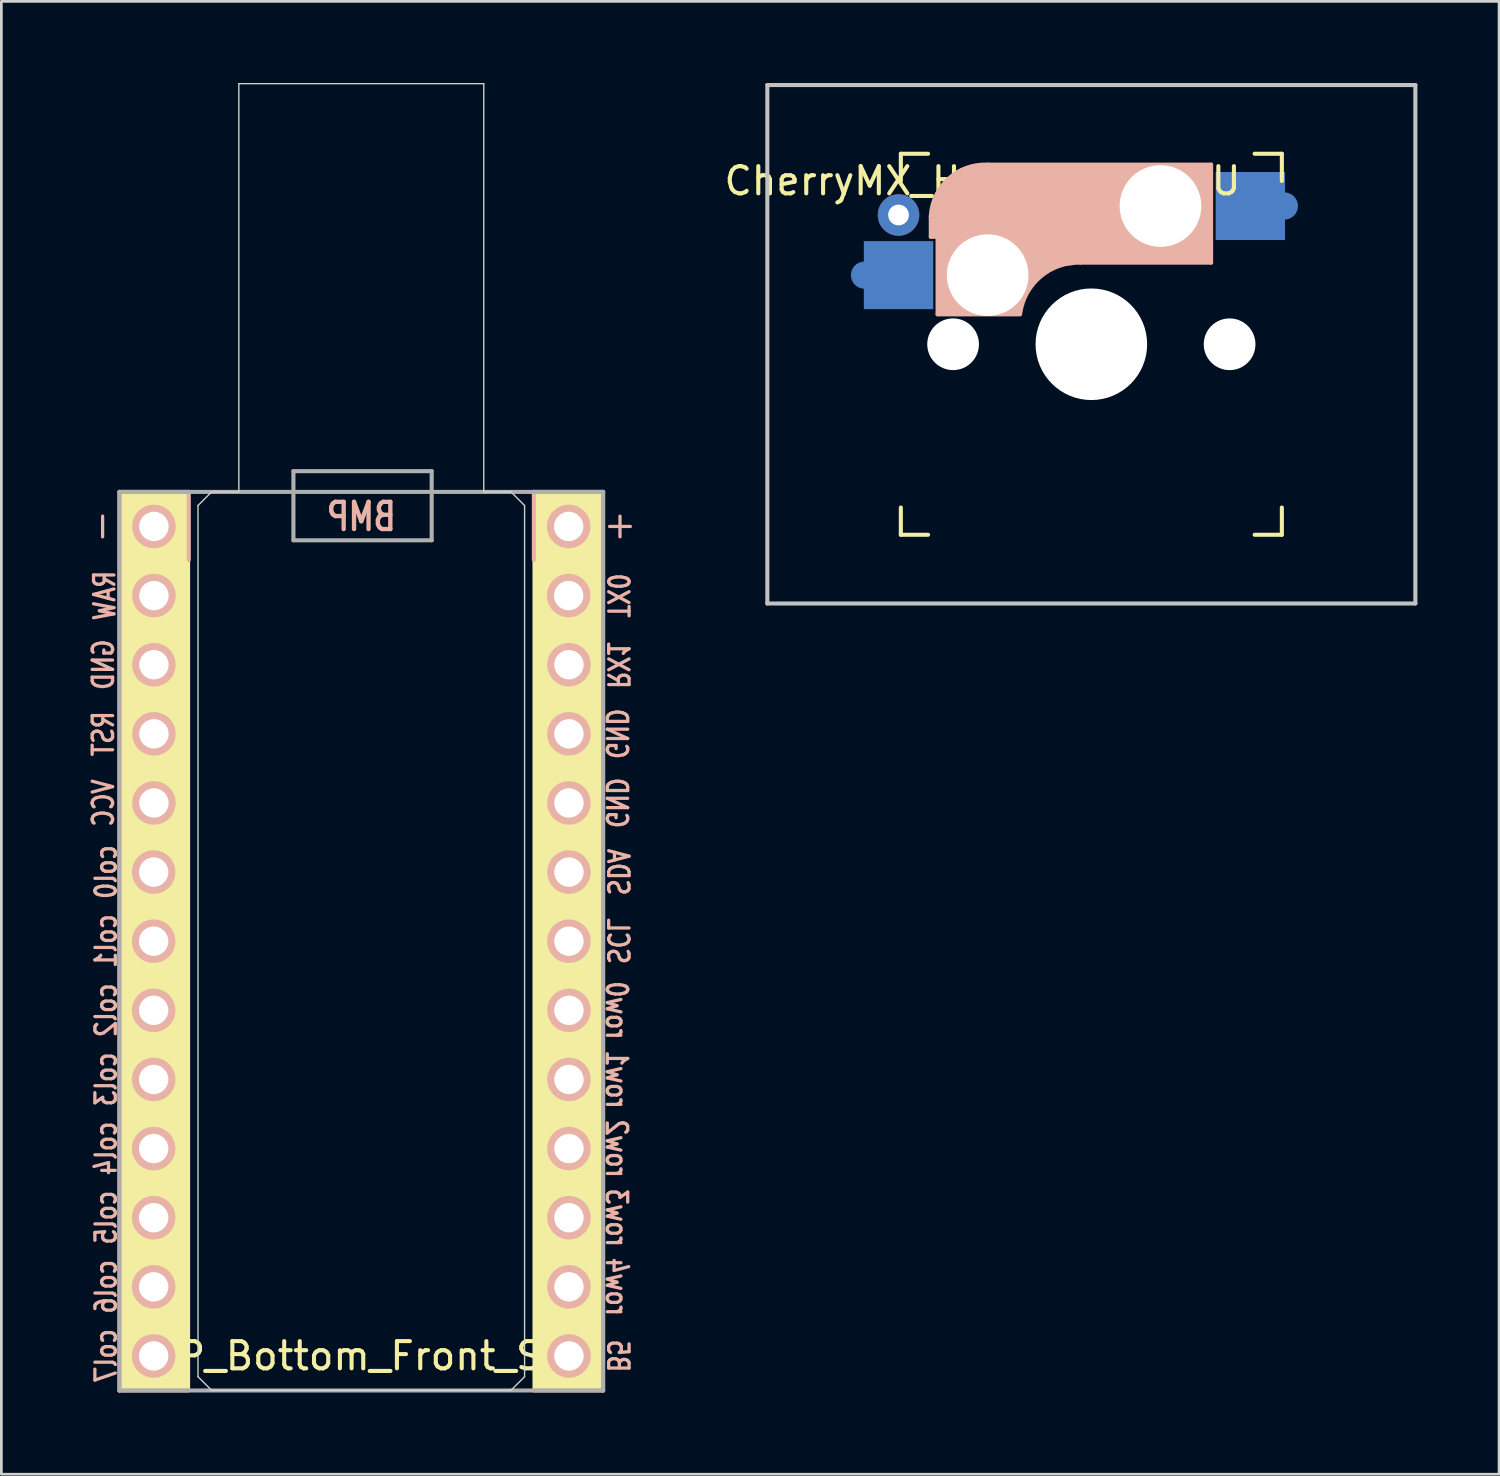
<source format=kicad_pcb>
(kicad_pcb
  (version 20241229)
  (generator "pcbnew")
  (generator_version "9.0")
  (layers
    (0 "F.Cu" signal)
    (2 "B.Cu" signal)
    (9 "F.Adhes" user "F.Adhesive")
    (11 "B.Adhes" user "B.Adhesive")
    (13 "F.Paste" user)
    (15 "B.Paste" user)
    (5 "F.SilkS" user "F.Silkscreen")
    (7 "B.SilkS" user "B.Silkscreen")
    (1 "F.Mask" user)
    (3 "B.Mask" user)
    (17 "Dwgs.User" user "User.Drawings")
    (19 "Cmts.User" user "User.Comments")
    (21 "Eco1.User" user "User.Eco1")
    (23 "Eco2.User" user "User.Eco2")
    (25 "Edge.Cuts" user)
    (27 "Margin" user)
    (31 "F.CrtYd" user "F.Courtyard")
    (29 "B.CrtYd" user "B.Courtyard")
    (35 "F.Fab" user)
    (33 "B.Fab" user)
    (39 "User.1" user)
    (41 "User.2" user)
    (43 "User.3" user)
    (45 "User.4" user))
  (footprint "CherryMX_Hotswap_1.25U"
    (layer "F.Cu")
    (at 37.052 9.6)
    (property "Reference" "CherryMX_Hotswap_1.25U" (at -4 -6 0) (layer "F.SilkS") (effects (font (size 1 1) (thickness 0.15))))
    (attr smd)
    (fp_line (start -7 -7) (end -6 -7) (stroke (width 0.15) (type solid)) (layer "F.SilkS"))
    (fp_line (start -7 -6) (end -7 -7) (stroke (width 0.15) (type solid)) (layer "F.SilkS"))
    (fp_line (start -7 6) (end -7 7) (stroke (width 0.15) (type solid)) (layer "F.SilkS"))
    (fp_line (start -7 7) (end -6 7) (stroke (width 0.15) (type solid)) (layer "F.SilkS"))
    (fp_line (start 6 7) (end 7 7) (stroke (width 0.15) (type solid)) (layer "F.SilkS"))
    (fp_line (start 7 -7) (end 6 -7) (stroke (width 0.15) (type solid)) (layer "F.SilkS"))
    (fp_line (start 7 -7) (end 7 -6) (stroke (width 0.15) (type solid)) (layer "F.SilkS"))
    (fp_line (start 7 7) (end 7 6) (stroke (width 0.15) (type solid)) (layer "F.SilkS"))
    (fp_line (start -5.9 -4.7) (end -5.9 -3.95) (stroke (width 0.15) (type solid)) (layer "B.SilkS"))
    (fp_line (start -5.9 -3.95) (end -5.7 -3.95) (stroke (width 0.15) (type solid)) (layer "B.SilkS"))
    (fp_line (start -5.8 -4.05) (end -5.8 -4.7) (stroke (width 0.3) (type solid)) (layer "B.SilkS"))
    (fp_line (start -5.65 -5.55) (end -5.65 -1.1) (stroke (width 0.15) (type solid)) (layer "B.SilkS"))
    (fp_line (start -5.65 -1.1) (end -2.62 -1.1) (stroke (width 0.15) (type solid)) (layer "B.SilkS"))
    (fp_line (start -5.45 -1.3) (end -3 -1.3) (stroke (width 0.5) (type solid)) (layer "B.SilkS"))
    (fp_line (start -5.3 -1.6) (end -5.3 -3.4) (stroke (width 0.8) (type solid)) (layer "B.SilkS"))
    (fp_line (start -4.17 -5.1) (end -4.17 -2.86) (stroke (width 3) (type solid)) (layer "B.SilkS"))
    (fp_line (start -0.4 -3) (end 4.4 -3) (stroke (width 0.15) (type solid)) (layer "B.SilkS"))
    (fp_line (start 2.6 -4.8) (end -4.1 -4.8) (stroke (width 3.5) (type solid)) (layer "B.SilkS"))
    (fp_line (start 3.9 -6) (end 3.9 -3.5) (stroke (width 1) (type solid)) (layer "B.SilkS"))
    (fp_line (start 4.2 -3.25) (end 2.9 -3.3) (stroke (width 0.5) (type solid)) (layer "B.SilkS"))
    (fp_line (start 4.25 -6.4) (end 3 -6.4) (stroke (width 0.4) (type solid)) (layer "B.SilkS"))
    (fp_line (start 4.38 -4) (end 4.38 -6.25) (stroke (width 0.15) (type solid)) (layer "B.SilkS"))
    (fp_line (start 4.4 -6.6) (end -3.8 -6.6) (stroke (width 0.15) (type solid)) (layer "B.SilkS"))
    (fp_line (start 4.4 -3) (end 4.4 -6.6) (stroke (width 0.15) (type solid)) (layer "B.SilkS"))
    (fp_arc (start -5.9 -4.699999) (mid -5.243504 -6.084924) (end -3.800001 -6.6) (stroke (width 0.15) (type solid)) (layer "B.SilkS"))
    (fp_arc (start -2.99603 -1.549409) (mid -2.241598 -2.895205) (end -0.783682 -3.4) (stroke (width 1) (type solid)) (layer "B.SilkS"))
    (fp_arc (start -2.616318 -1.121471) (mid -1.868709 -2.486118) (end -0.4 -3) (stroke (width 0.15) (type solid)) (layer "B.SilkS"))
    (fp_line (start -11.906 -9.525) (end 11.906 -9.525) (stroke (width 0.15) (type solid)) (layer "Dwgs.User"))
    (fp_line (start -11.906 9.525) (end -11.906 -9.525) (stroke (width 0.15) (type solid)) (layer "Dwgs.User"))
    (fp_line (start 11.906 -9.525) (end 11.906 9.525) (stroke (width 0.15) (type solid)) (layer "Dwgs.User"))
    (fp_line (start 11.906 9.525) (end -11.906 9.525) (stroke (width 0.15) (type solid)) (layer "Dwgs.User"))
    (fp_line (start -7 -7) (end 7 -7) (stroke (width 0.1) (type solid)) (layer "Eco1.User"))
    (fp_line (start -7 7) (end -7 -7) (stroke (width 0.1) (type solid)) (layer "Eco1.User"))
    (fp_line (start 7 -7) (end 7 7) (stroke (width 0.1) (type solid)) (layer "Eco1.User"))
    (fp_line (start 7 7) (end -7 7) (stroke (width 0.1) (type solid)) (layer "Eco1.User"))
    (fp_line (start 0 0) (end 0 5) (stroke (width 0.05) (type solid)) (layer "Eco2.User"))
    (fp_line (start 0 0) (end 8.26 0) (stroke (width 0.05) (type solid)) (layer "Eco2.User"))
    (pad "" np_thru_hole circle (at -5.08 0) (size 1.9 1.9) (drill 1.9) (layers "*.Cu" "*.Mask"))
    (pad "" np_thru_hole circle (at -3.81 -2.54) (size 3 3) (drill 3) (layers "*.Cu" "*.Mask"))
    (pad "" np_thru_hole circle (at 0 0 90) (size 4.1 4.1) (drill 4.1) (layers "*.Cu" "*.Mask"))
    (pad "" np_thru_hole circle (at 2.54 -5.08) (size 3 3) (drill 3) (layers "*.Cu" "*.Mask"))
    (pad "" np_thru_hole circle (at 5.08 0) (size 1.9 1.9) (drill 1.9) (layers "*.Cu" "*.Mask"))
    (pad "1" smd circle (at -8.335 -2.54 180) (size 1 1) (layers "B.Cu" "B.Mask" "B.Paste"))
    (pad "1" thru_hole circle (at -7.085 -4.75) (size 1.524 1.524) (drill 0.762) (layers "*.Cu" "*.Mask"))
    (pad "1" smd custom (at -7.085 -2.54 180) (size 2.55 2.5) (layers "B.Cu" "B.Mask" "B.Paste") (options (anchor rect)) (primitives))
    (pad "2" smd custom (at 5.842 -5.08) (size 2.55 2.5) (layers "B.Cu" "B.Mask" "B.Paste") (options (anchor rect)) (primitives))
    (pad "2" smd circle (at 7.092 -5.08) (size 1 1) (layers "B.Cu" "B.Mask" "B.Paste")))
  (footprint "BMP_Bottom_Front_Side"
    (layer "F.Cu")
    (at 10.226 31.535)
    (property "Reference" "BMP_Bottom_Front_Side" (at 0 15.24 0) (layer "F.SilkS") (effects (font (size 1 1) (thickness 0.15))))
    (attr through_hole)
    (fp_poly (pts (xy -6.34 16.47) (xy -8.88 16.47) (xy -8.88 -16.51) (xy -6.34 -16.51)) (stroke (width 0.1) (type solid)) (fill yes) (layer "F.SilkS"))
    (fp_poly (pts (xy 8.84 16.47) (xy 6.34 16.47) (xy 6.34 -16.51) (xy 8.84 -16.51)) (stroke (width 0.1) (type solid)) (fill yes) (layer "F.SilkS"))
    (fp_line (start -8.88 16.51) (end -8.88 -16.51) (stroke (width 0.15) (type solid)) (layer "B.SilkS"))
    (fp_line (start -8.88 16.51) (end -6.35 16.51) (stroke (width 0.15) (type solid)) (layer "B.SilkS"))
    (fp_line (start -6.35 -16.51) (end -8.88 -16.51) (stroke (width 0.15) (type solid)) (layer "B.SilkS"))
    (fp_line (start -6.34 -16.51) (end -6.34 -14.01) (stroke (width 0.15) (type solid)) (layer "B.SilkS"))
    (fp_line (start 6.34 -16.51) (end 6.34 -14.01) (stroke (width 0.15) (type solid)) (layer "B.SilkS"))
    (fp_line (start 6.35 16.51) (end 8.88 16.51) (stroke (width 0.15) (type solid)) (layer "B.SilkS"))
    (fp_line (start 8.88 -16.51) (end 6.34 -16.51) (stroke (width 0.15) (type solid)) (layer "B.SilkS"))
    (fp_line (start 8.88 -16.51) (end 8.88 16.51) (stroke (width 0.15) (type solid)) (layer "B.SilkS"))
    (fp_line (start -6 -16.01) (end -5.5 -16.51) (stroke (width 0.05) (type solid)) (layer "Edge.Cuts"))
    (fp_line (start -6 16.002) (end -6 -16.01) (stroke (width 0.05) (type solid)) (layer "Edge.Cuts"))
    (fp_line (start -6 16.002) (end -5.5 16.502) (stroke (width 0.05) (type solid)) (layer "Edge.Cuts"))
    (fp_line (start -4.5 -31.51) (end -4.5 -16.51) (stroke (width 0.05) (type solid)) (layer "Edge.Cuts"))
    (fp_line (start -4.5 -31.51) (end 4.5 -31.51) (stroke (width 0.05) (type solid)) (layer "Edge.Cuts"))
    (fp_line (start -4.5 -16.51) (end -5.5 -16.51) (stroke (width 0.05) (type solid)) (layer "Edge.Cuts"))
    (fp_line (start 4.5 -31.51) (end 4.5 -16.51) (stroke (width 0.05) (type solid)) (layer "Edge.Cuts"))
    (fp_line (start 4.5 -16.51) (end 5.5 -16.51) (stroke (width 0.05) (type solid)) (layer "Edge.Cuts"))
    (fp_line (start 5.5 -16.51) (end 6 -16.01) (stroke (width 0.05) (type solid)) (layer "Edge.Cuts"))
    (fp_line (start 5.5 16.502) (end -5.5 16.502) (stroke (width 0.05) (type solid)) (layer "Edge.Cuts"))
    (fp_line (start 6 -16.01) (end 6 16.002) (stroke (width 0.05) (type solid)) (layer "Edge.Cuts"))
    (fp_line (start 6 16.002) (end 5.5 16.502) (stroke (width 0.05) (type solid)) (layer "Edge.Cuts"))
    (fp_line (start -8.891 16.51) (end -8.891 -16.51) (stroke (width 0.15) (type solid)) (layer "F.Fab"))
    (fp_line (start -8.889 16.51) (end 8.891 16.51) (stroke (width 0.15) (type solid)) (layer "F.Fab"))
    (fp_line (start -2.494 -17.272) (end 2.586 -17.272) (stroke (width 0.15) (type solid)) (layer "F.Fab"))
    (fp_line (start -2.494 -14.732) (end -2.494 -17.272) (stroke (width 0.15) (type solid)) (layer "F.Fab"))
    (fp_line (start 2.586 -17.272) (end 2.586 -14.732) (stroke (width 0.15) (type solid)) (layer "F.Fab"))
    (fp_line (start 2.586 -14.732) (end -2.494 -14.732) (stroke (width 0.15) (type solid)) (layer "F.Fab"))
    (fp_line (start 8.889 -16.51) (end 8.889 16.51) (stroke (width 0.15) (type solid)) (layer "F.Fab"))
    (fp_line (start 8.891 -16.51) (end -8.889 -16.51) (stroke (width 0.15) (type solid)) (layer "F.Fab"))
    (fp_text user "row1" (at 9.38 5.08 270) (unlocked yes) (layer "B.SilkS") (effects (font (size 0.75 0.6) (thickness 0.12)) (justify mirror)))
    (fp_text user "row3" (at 9.38 10.16 270) (unlocked yes) (layer "B.SilkS") (effects (font (size 0.75 0.6) (thickness 0.12)) (justify mirror)))
    (fp_text user "col6" (at -9.38 12.7 90) (unlocked yes) (layer "B.SilkS") (effects (font (size 0.75 0.6) (thickness 0.12)) (justify mirror)))
    (fp_text user "GND" (at -9.48 -10.16 90) (unlocked yes) (layer "B.SilkS") (effects (font (size 0.75 0.6) (thickness 0.12)) (justify mirror)))
    (fp_text user "SCL" (at 9.43 0 270) (unlocked yes) (layer "B.SilkS") (effects (font (size 0.75 0.6) (thickness 0.12)) (justify mirror)))
    (fp_text user "TX0" (at 9.43 -12.7 270) (unlocked yes) (layer "B.SilkS") (effects (font (size 0.75 0.6) (thickness 0.12)) (justify mirror)))
    (fp_text user "row4" (at 9.38 12.7 270) (unlocked yes) (layer "B.SilkS") (effects (font (size 0.75 0.6) (thickness 0.12)) (justify mirror)))
    (fp_text user "col0" (at -9.38 -2.54 90) (unlocked yes) (layer "B.SilkS") (effects (font (size 0.75 0.6) (thickness 0.12)) (justify mirror)))
    (fp_text user "col1" (at -9.38 0 90) (unlocked yes) (layer "B.SilkS") (effects (font (size 0.75 0.6) (thickness 0.12)) (justify mirror)))
    (fp_text user "row0" (at 9.38 2.54 270) (unlocked yes) (layer "B.SilkS") (effects (font (size 0.75 0.6) (thickness 0.12)) (justify mirror)))
    (fp_text user "col4" (at -9.38 7.62 90) (unlocked yes) (layer "B.SilkS") (effects (font (size 0.75 0.6) (thickness 0.12)) (justify mirror)))
    (fp_text user "RAW" (at -9.43 -12.7 90) (unlocked yes) (layer "B.SilkS") (effects (font (size 0.75 0.6) (thickness 0.12)) (justify mirror)))
    (fp_text user "col2" (at -9.38 2.54 90) (unlocked yes) (layer "B.SilkS") (effects (font (size 0.75 0.6) (thickness 0.12)) (justify mirror)))
    (fp_text user "RX1" (at 9.43 -10.16 270) (unlocked yes) (layer "B.SilkS") (effects (font (size 0.75 0.6) (thickness 0.12)) (justify mirror)))
    (fp_text user "+" (at 9.43 -15.24 90) (unlocked yes) (layer "B.SilkS") (effects (font (size 1 1) (thickness 0.12))))
    (fp_text user "VCC" (at -9.48 -5.08 90) (unlocked yes) (layer "B.SilkS") (effects (font (size 0.75 0.6) (thickness 0.12)) (justify mirror)))
    (fp_text user "RST" (at -9.48 -7.62 90) (unlocked yes) (layer "B.SilkS") (effects (font (size 0.75 0.6) (thickness 0.12)) (justify mirror)))
    (fp_text user "-" (at -9.43 -15.24 270) (unlocked yes) (layer "B.SilkS") (effects (font (size 1 1) (thickness 0.12))))
    (fp_text user "B5" (at 9.43 15.24 270) (unlocked yes) (layer "B.SilkS") (effects (font (size 0.75 0.6) (thickness 0.12)) (justify mirror)))
    (fp_text user "col3" (at -9.38 5.08 90) (unlocked yes) (layer "B.SilkS") (effects (font (size 0.75 0.6) (thickness 0.12)) (justify mirror)))
    (fp_text user "col7" (at -9.38 15.24 90) (unlocked yes) (layer "B.SilkS") (effects (font (size 0.75 0.6) (thickness 0.12)) (justify mirror)))
    (fp_text user "GND" (at 9.38 -7.62 270) (unlocked yes) (layer "B.SilkS") (effects (font (size 0.75 0.6) (thickness 0.12)) (justify mirror)))
    (fp_text user "BMP" (at 0 -15.6 0) (unlocked yes) (layer "B.SilkS") (effects (font (size 1 0.8) (thickness 0.16)) (justify mirror)))
    (fp_text user "GND" (at 9.38 -5.08 270) (unlocked yes) (layer "B.SilkS") (effects (font (size 0.75 0.6) (thickness 0.12)) (justify mirror)))
    (fp_text user "col5" (at -9.38 10.16 90) (unlocked yes) (layer "B.SilkS") (effects (font (size 0.75 0.6) (thickness 0.12)) (justify mirror)))
    (fp_text user "row2" (at 9.38 7.62 270) (unlocked yes) (layer "B.SilkS") (effects (font (size 0.75 0.6) (thickness 0.12)) (justify mirror)))
    (fp_text user "SDA" (at 9.43 -2.54 270) (unlocked yes) (layer "B.SilkS") (effects (font (size 0.75 0.6) (thickness 0.12)) (justify mirror)))
    (pad "1" thru_hole circle (at 7.62 -12.7) (size 1.6 1.6) (drill 1.08) (layers "*.Cu" "*.Mask" "B.SilkS"))
    (pad "2" thru_hole circle (at 7.63 -10.16) (size 1.6 1.6) (drill 1.08) (layers "*.Cu" "*.Mask" "B.SilkS"))
    (pad "3" thru_hole circle (at 7.63 -7.62) (size 1.6 1.6) (drill 1.08) (layers "*.Cu" "*.Mask" "B.SilkS"))
    (pad "4" thru_hole circle (at 7.63 -5.08) (size 1.6 1.6) (drill 1.08) (layers "*.Cu" "*.Mask" "B.SilkS"))
    (pad "5" thru_hole circle (at 7.63 -2.54) (size 1.6 1.6) (drill 1.08) (layers "*.Cu" "*.Mask" "B.SilkS"))
    (pad "6" thru_hole circle (at 7.63 0) (size 1.6 1.6) (drill 1.08) (layers "*.Cu" "*.Mask" "B.SilkS"))
    (pad "7" thru_hole circle (at 7.63 2.54) (size 1.6 1.6) (drill 1.08) (layers "*.Cu" "*.Mask" "B.SilkS"))
    (pad "8" thru_hole circle (at 7.63 5.08) (size 1.6 1.6) (drill 1.08) (layers "*.Cu" "*.Mask" "B.SilkS"))
    (pad "9" thru_hole circle (at 7.63 7.62) (size 1.6 1.6) (drill 1.08) (layers "*.Cu" "*.Mask" "B.SilkS"))
    (pad "10" thru_hole circle (at 7.63 10.16) (size 1.6 1.6) (drill 1.08) (layers "*.Cu" "*.Mask" "B.SilkS"))
    (pad "11" thru_hole circle (at 7.63 12.7) (size 1.6 1.6) (drill 1.08) (layers "*.Cu" "*.Mask" "B.SilkS"))
    (pad "12" thru_hole circle (at 7.63 15.24) (size 1.6 1.6) (drill 1.08) (layers "*.Cu" "*.Mask" "B.SilkS"))
    (pad "13" thru_hole circle (at -7.63 15.24) (size 1.6 1.6) (drill 1.08) (layers "*.Cu" "*.Mask" "B.SilkS"))
    (pad "14" thru_hole circle (at -7.63 12.7) (size 1.6 1.6) (drill 1.08) (layers "*.Cu" "*.Mask" "B.SilkS"))
    (pad "15" thru_hole circle (at -7.63 10.16) (size 1.6 1.6) (drill 1.08) (layers "*.Cu" "*.Mask" "B.SilkS"))
    (pad "16" thru_hole circle (at -7.63 7.62) (size 1.6 1.6) (drill 1.08) (layers "*.Cu" "*.Mask" "B.SilkS"))
    (pad "17" thru_hole circle (at -7.63 5.08) (size 1.6 1.6) (drill 1.08) (layers "*.Cu" "*.Mask" "B.SilkS"))
    (pad "18" thru_hole circle (at -7.63 2.54) (size 1.6 1.6) (drill 1.08) (layers "*.Cu" "*.Mask" "B.SilkS"))
    (pad "19" thru_hole circle (at -7.63 0) (size 1.6 1.6) (drill 1.08) (layers "*.Cu" "*.Mask" "B.SilkS"))
    (pad "20" thru_hole circle (at -7.63 -2.54) (size 1.6 1.6) (drill 1.08) (layers "*.Cu" "*.Mask" "B.SilkS"))
    (pad "21" thru_hole circle (at -7.62 -5.08) (size 1.6 1.6) (drill 1.08) (layers "*.Cu" "*.Mask" "B.SilkS"))
    (pad "22" thru_hole circle (at -7.62 -7.62) (size 1.6 1.6) (drill 1.08) (layers "*.Cu" "*.Mask" "B.SilkS"))
    (pad "23" thru_hole circle (at -7.62 -10.16) (size 1.6 1.6) (drill 1.08) (layers "*.Cu" "*.Mask" "B.SilkS"))
    (pad "24" thru_hole circle (at -7.62 -12.7) (size 1.6 1.6) (drill 1.08) (layers "*.Cu" "*.Mask" "B.SilkS"))
    (pad "25" thru_hole circle (at -7.62 -15.24) (size 1.6 1.6) (drill 1.08) (layers "*.Cu" "*.Mask" "B.SilkS"))
    (pad "26" thru_hole circle (at 7.62 -15.24) (size 1.6 1.6) (drill 1.08) (layers "*.Cu" "*.Mask" "B.SilkS")))
  (gr_rect
    (start -3 -3)
    (end 52.034 51.12)
    (stroke (width 0.1) (type default))
    (fill no)
    (layer "Edge.Cuts")))
</source>
